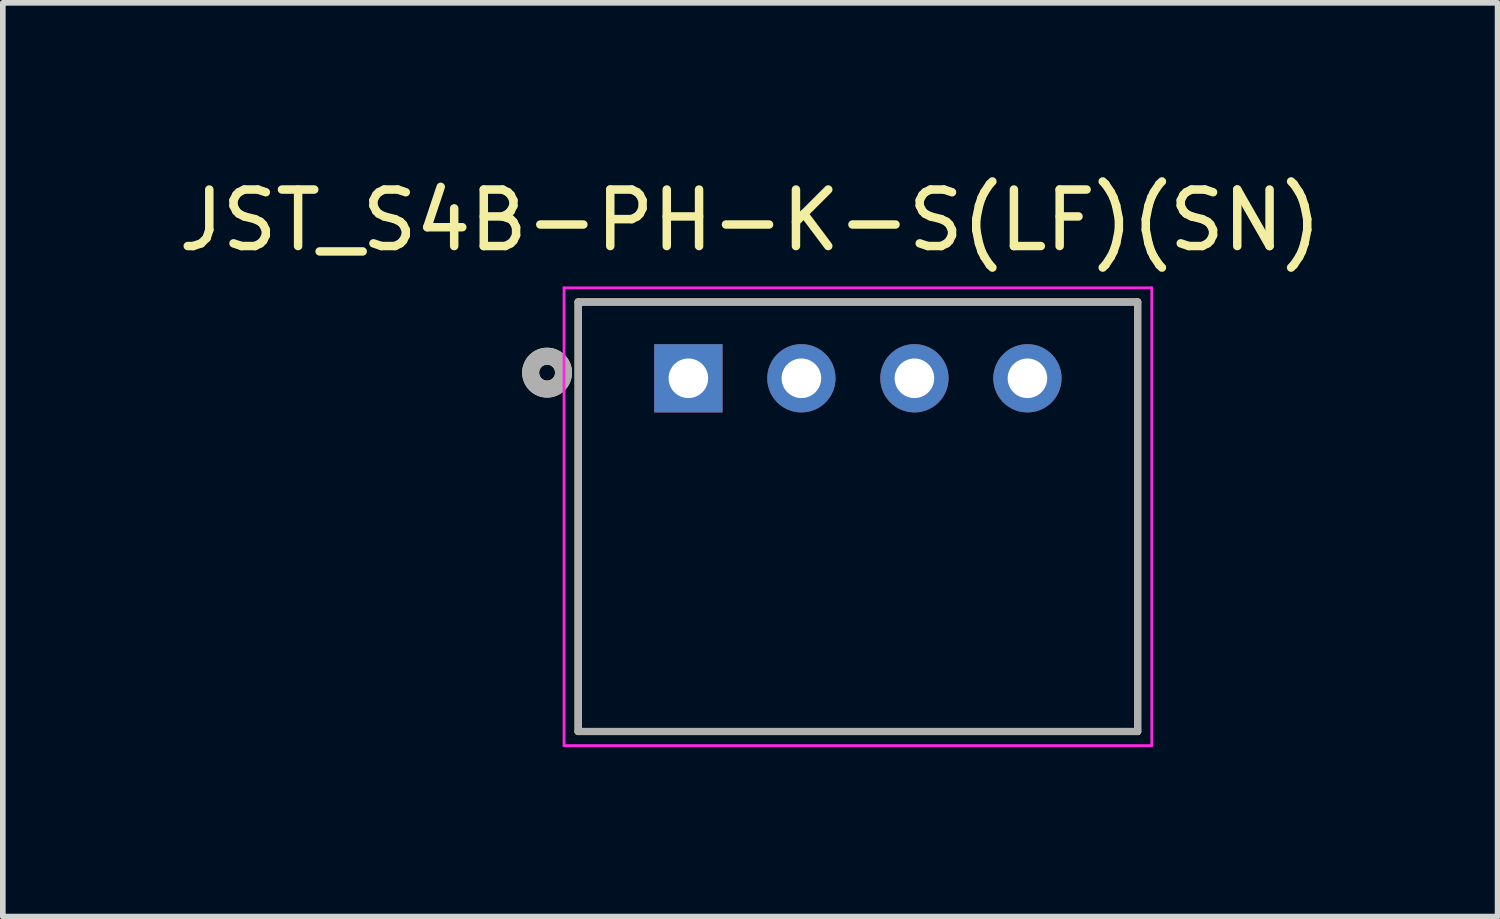
<source format=kicad_pcb>
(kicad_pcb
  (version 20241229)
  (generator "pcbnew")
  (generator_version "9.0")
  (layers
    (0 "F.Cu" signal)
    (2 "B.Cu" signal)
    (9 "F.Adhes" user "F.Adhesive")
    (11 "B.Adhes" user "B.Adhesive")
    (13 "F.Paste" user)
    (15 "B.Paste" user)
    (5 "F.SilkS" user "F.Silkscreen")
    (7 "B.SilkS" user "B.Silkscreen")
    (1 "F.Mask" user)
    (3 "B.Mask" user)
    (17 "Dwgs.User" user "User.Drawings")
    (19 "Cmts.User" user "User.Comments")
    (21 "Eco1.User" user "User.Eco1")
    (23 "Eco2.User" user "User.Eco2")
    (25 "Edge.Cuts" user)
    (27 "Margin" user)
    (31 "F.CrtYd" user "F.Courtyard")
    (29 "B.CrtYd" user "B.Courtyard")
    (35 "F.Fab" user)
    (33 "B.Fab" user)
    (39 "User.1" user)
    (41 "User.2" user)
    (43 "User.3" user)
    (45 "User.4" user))
  (footprint "JST_S4B-PH-K-S(LF)(SN)"
    (layer "F.Cu")
    (at 12.131 3.644)
    (property "Reference" "JST_S4B-PH-K-S(LF)(SN)" (at -1.906 -2.795 0) (layer "F.SilkS") (effects (font (size 1 1) (thickness 0.15))))
    (attr through_hole)
    (fp_line (start -4.95 -1.35) (end 4.95 -1.35) (stroke (width 0.127) (type solid)) (layer "F.SilkS"))
    (fp_line (start -4.95 6.25) (end -4.95 -1.35) (stroke (width 0.127) (type solid)) (layer "F.SilkS"))
    (fp_line (start 4.95 -1.35) (end 4.95 6.25) (stroke (width 0.127) (type solid)) (layer "F.SilkS"))
    (fp_line (start 4.95 6.25) (end -4.95 6.25) (stroke (width 0.127) (type solid)) (layer "F.SilkS"))
    (fp_circle (center -5.5 -0.1) (end -5.359 -0.1) (stroke (width 0.3) (type solid)) (fill no) (layer "F.SilkS"))
    (fp_line (start -5.2 -1.6) (end 5.2 -1.6) (stroke (width 0.05) (type solid)) (layer "F.CrtYd"))
    (fp_line (start -5.2 6.5) (end -5.2 -1.6) (stroke (width 0.05) (type solid)) (layer "F.CrtYd"))
    (fp_line (start 5.2 -1.6) (end 5.2 6.5) (stroke (width 0.05) (type solid)) (layer "F.CrtYd"))
    (fp_line (start 5.2 6.5) (end -5.2 6.5) (stroke (width 0.05) (type solid)) (layer "F.CrtYd"))
    (fp_line (start -4.95 -1.35) (end 4.95 -1.35) (stroke (width 0.127) (type solid)) (layer "F.Fab"))
    (fp_line (start -4.95 6.25) (end -4.95 -1.35) (stroke (width 0.127) (type solid)) (layer "F.Fab"))
    (fp_line (start 4.95 -1.35) (end 4.95 6.25) (stroke (width 0.127) (type solid)) (layer "F.Fab"))
    (fp_line (start 4.95 6.25) (end -4.95 6.25) (stroke (width 0.127) (type solid)) (layer "F.Fab"))
    (fp_circle (center -5.5 -0.1) (end -5.359 -0.1) (stroke (width 0.3) (type solid)) (fill no) (layer "F.Fab"))
    (pad "1" thru_hole rect (at -3 0) (size 1.208 1.208) (drill 0.7) (layers "*.Cu" "*.Mask"))
    (pad "2" thru_hole circle (at -1 0) (size 1.208 1.208) (drill 0.7) (layers "*.Cu" "*.Mask"))
    (pad "3" thru_hole circle (at 1 0) (size 1.208 1.208) (drill 0.7) (layers "*.Cu" "*.Mask"))
    (pad "4" thru_hole circle (at 3 0) (size 1.208 1.208) (drill 0.7) (layers "*.Cu" "*.Mask")))
  (gr_rect
    (start -3 -3)
    (end 23.45 13.169)
    (stroke (width 0.1) (type default))
    (fill no)
    (layer "Edge.Cuts")))
</source>
